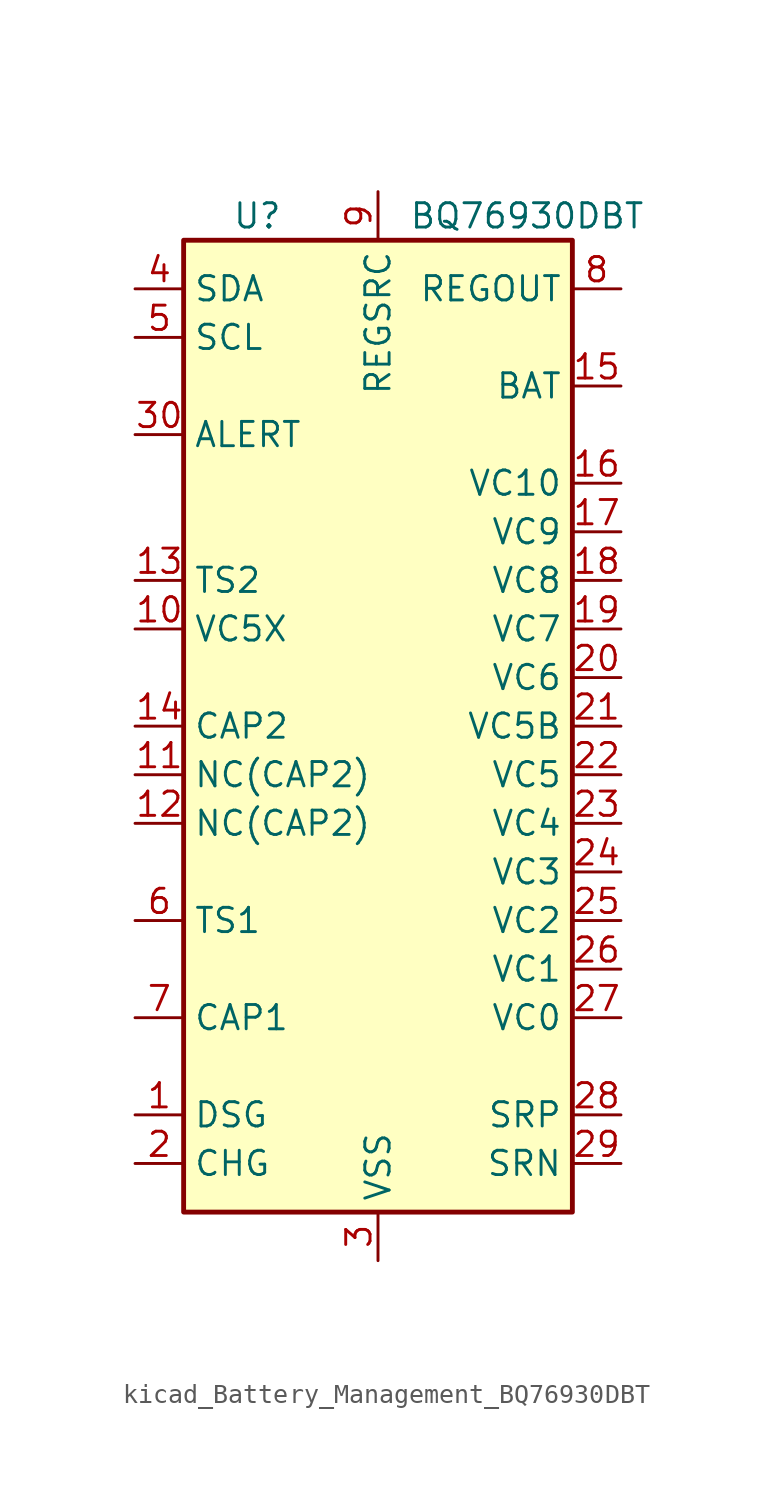
<source format=kicad_sym>
(kicad_symbol_lib
  (version 20220914)
  (generator kicad_symbol_editor)
  (symbol "kicad_Battery_Management_BQ76930DBT"
    (property "Reference" "U"
      (at -7.62 26.67 0)
      (effects (font (size 1.27 1.27)) (justify left)))
    (property "Value" "BQ76930DBT"
      (at 13.97 26.67 0)
      (effects (font (size 1.27 1.27)) (justify right)))
    (symbol "kicad_Battery_Management_BQ76930DBT_0_1"
      (rectangle (start -10.16 25.4) (end 10.16 -25.4) (stroke (width 0.254) (type default)) (fill (type background))))
    (symbol "kicad_Battery_Management_BQ76930DBT_1_0"
      (pin passive line (at -12.7 5.08 0) (length 2.54) (name "VC5X" (effects (font (size 1.27 1.27)))) (number "10" (effects (font (size 1.27 1.27)))))
      (pin passive line (at -12.7 -2.54 0) (length 2.54) (name "NC(CAP2)" (effects (font (size 1.27 1.27)))) (number "11" (effects (font (size 1.27 1.27)))))
      (pin passive line (at -12.7 -5.08 0) (length 2.54) (name "NC(CAP2)" (effects (font (size 1.27 1.27)))) (number "12" (effects (font (size 1.27 1.27)))))
      (pin passive line (at -12.7 7.62 0) (length 2.54) (name "TS2" (effects (font (size 1.27 1.27)))) (number "13" (effects (font (size 1.27 1.27)))))
      (pin passive line (at -12.7 0 0) (length 2.54) (name "CAP2" (effects (font (size 1.27 1.27)))) (number "14" (effects (font (size 1.27 1.27)))))
      (pin input line (at 12.7 17.78 180) (length 2.54) (name "BAT" (effects (font (size 1.27 1.27)))) (number "15" (effects (font (size 1.27 1.27)))))
      (pin input line (at 12.7 12.7 180) (length 2.54) (name "VC10" (effects (font (size 1.27 1.27)))) (number "16" (effects (font (size 1.27 1.27)))))
      (pin input line (at 12.7 10.16 180) (length 2.54) (name "VC9" (effects (font (size 1.27 1.27)))) (number "17" (effects (font (size 1.27 1.27)))))
      (pin input line (at 12.7 7.62 180) (length 2.54) (name "VC8" (effects (font (size 1.27 1.27)))) (number "18" (effects (font (size 1.27 1.27)))))
      (pin input line (at 12.7 5.08 180) (length 2.54) (name "VC7" (effects (font (size 1.27 1.27)))) (number "19" (effects (font (size 1.27 1.27)))))
      (pin input line (at 12.7 2.54 180) (length 2.54) (name "VC6" (effects (font (size 1.27 1.27)))) (number "20" (effects (font (size 1.27 1.27)))))
      (pin input line (at 12.7 0 180) (length 2.54) (name "VC5B" (effects (font (size 1.27 1.27)))) (number "21" (effects (font (size 1.27 1.27)))))
      (pin input line (at 12.7 -2.54 180) (length 2.54) (name "VC5" (effects (font (size 1.27 1.27)))) (number "22" (effects (font (size 1.27 1.27)))))
      (pin input line (at 12.7 -5.08 180) (length 2.54) (name "VC4" (effects (font (size 1.27 1.27)))) (number "23" (effects (font (size 1.27 1.27)))))
      (pin input line (at 12.7 -7.62 180) (length 2.54) (name "VC3" (effects (font (size 1.27 1.27)))) (number "24" (effects (font (size 1.27 1.27)))))
      (pin input line (at 12.7 -10.16 180) (length 2.54) (name "VC2" (effects (font (size 1.27 1.27)))) (number "25" (effects (font (size 1.27 1.27)))))
      (pin input line (at 12.7 -12.7 180) (length 2.54) (name "VC1" (effects (font (size 1.27 1.27)))) (number "26" (effects (font (size 1.27 1.27)))))
      (pin input line (at 12.7 -15.24 180) (length 2.54) (name "VC0" (effects (font (size 1.27 1.27)))) (number "27" (effects (font (size 1.27 1.27)))))
      (pin input line (at 12.7 -20.32 180) (length 2.54) (name "SRP" (effects (font (size 1.27 1.27)))) (number "28" (effects (font (size 1.27 1.27)))))
      (pin input line (at 12.7 -22.86 180) (length 2.54) (name "SRN" (effects (font (size 1.27 1.27)))) (number "29" (effects (font (size 1.27 1.27)))))
      (pin bidirectional line (at -12.7 15.24 0) (length 2.54) (name "ALERT" (effects (font (size 1.27 1.27)))) (number "30" (effects (font (size 1.27 1.27)))))
      (pin passive line (at -12.7 -10.16 0) (length 2.54) (name "TS1" (effects (font (size 1.27 1.27)))) (number "6" (effects (font (size 1.27 1.27)))))
      (pin passive line (at -12.7 -15.24 0) (length 2.54) (name "CAP1" (effects (font (size 1.27 1.27)))) (number "7" (effects (font (size 1.27 1.27)))))
      (pin power_out line (at 12.7 22.86 180) (length 2.54) (name "REGOUT" (effects (font (size 1.27 1.27)))) (number "8" (effects (font (size 1.27 1.27)))))
      (pin power_in line (at 0 27.94 270) (length 2.54) (name "REGSRC" (effects (font (size 1.27 1.27)))) (number "9" (effects (font (size 1.27 1.27))))))
    (symbol "kicad_Battery_Management_BQ76930DBT_1_1"
      (pin output line (at -12.7 -20.32 0) (length 2.54) (name "DSG" (effects (font (size 1.27 1.27)))) (number "1" (effects (font (size 1.27 1.27)))))
      (pin output line (at -12.7 -22.86 0) (length 2.54) (name "CHG" (effects (font (size 1.27 1.27)))) (number "2" (effects (font (size 1.27 1.27)))))
      (pin power_in line (at 0 -27.94 90) (length 2.54) (name "VSS" (effects (font (size 1.27 1.27)))) (number "3" (effects (font (size 1.27 1.27)))))
      (pin bidirectional line (at -12.7 22.86 0) (length 2.54) (name "SDA" (effects (font (size 1.27 1.27)))) (number "4" (effects (font (size 1.27 1.27)))))
      (pin input line (at -12.7 20.32 0) (length 2.54) (name "SCL" (effects (font (size 1.27 1.27)))) (number "5" (effects (font (size 1.27 1.27))))))))
</source>
